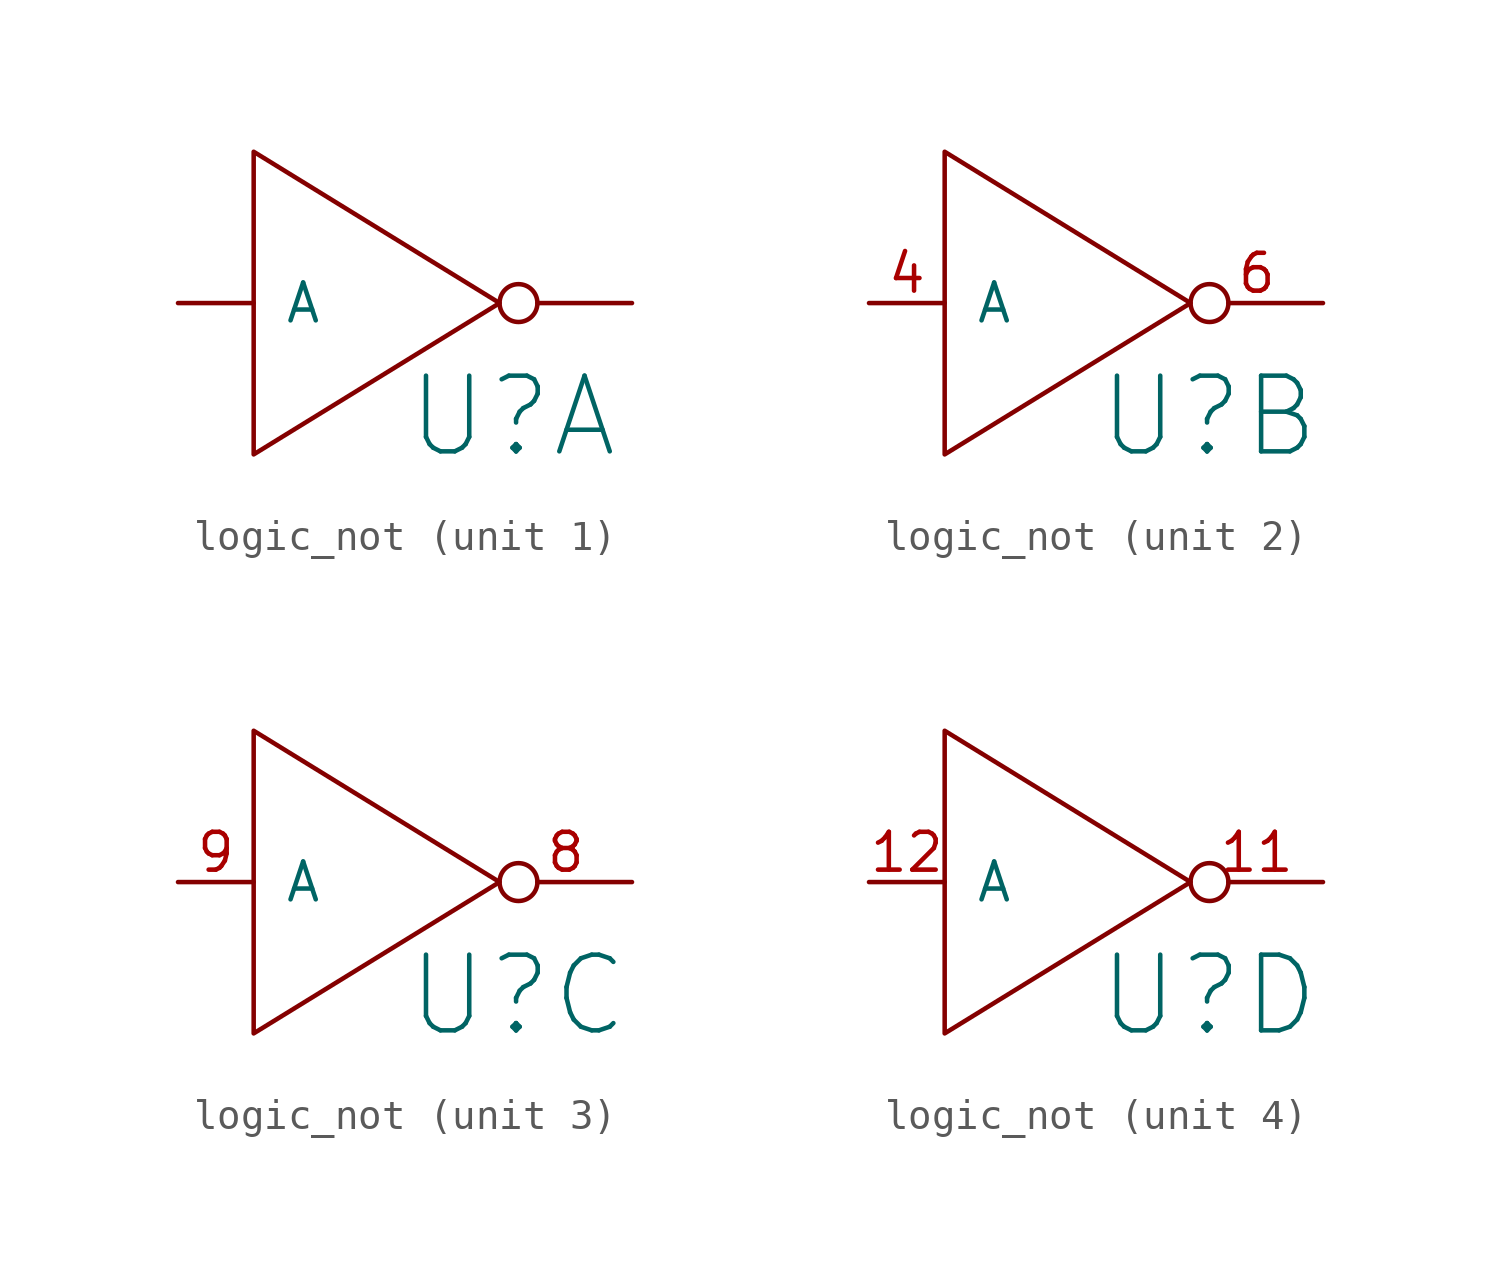
<source format=kicad_sym>
(kicad_symbol_lib
  (version 20220914)
  (generator kicad_symbol_editor)
  (symbol "logic_not"
    (pin_names
      (offset 1.016))
    (property "Reference" "U"
      (at 7.62 -6.35 0)
      (effects (font (size 2.54 2.54)) (justify left)))
    (symbol "logic_not_0_1"
      (polyline (pts (xy 2.54 2.54) (xy 10.795 -2.54) (xy 2.54 -7.62) (xy 2.54 2.54)) (stroke (width 0) (type default)) (fill (type none))))
    (symbol "logic_not_1_1"
      (pin output inverted (at 15.24 -2.54 180) (length 4.445) (name "" (effects (font (size 1.27 1.27)))) (number "" (effects (font (size 1.27 1.27)))))
      (pin input line (at 0 -2.54 0) (length 2.54) (name "A" (effects (font (size 1.27 1.27)))) (number "" (effects (font (size 1.27 1.27))))))
    (symbol "logic_not_2_1"
      (pin input line (at 0 -2.54 0) (length 2.54) (name "A" (effects (font (size 1.27 1.27)))) (number "4" (effects (font (size 1.27 1.27)))))
      (pin output inverted (at 15.24 -2.54 180) (length 4.445) (name "" (effects (font (size 1.27 1.27)))) (number "6" (effects (font (size 1.27 1.27))))))
    (symbol "logic_not_3_1"
      (pin output inverted (at 15.24 -2.54 180) (length 4.445) (name "" (effects (font (size 1.27 1.27)))) (number "8" (effects (font (size 1.27 1.27)))))
      (pin input line (at 0 -2.54 0) (length 2.54) (name "A" (effects (font (size 1.27 1.27)))) (number "9" (effects (font (size 1.27 1.27))))))
    (symbol "logic_not_4_1"
      (pin output inverted (at 15.24 -2.54 180) (length 4.445) (name "" (effects (font (size 1.27 1.27)))) (number "11" (effects (font (size 1.27 1.27)))))
      (pin input line (at 0 -2.54 0) (length 2.54) (name "A" (effects (font (size 1.27 1.27)))) (number "12" (effects (font (size 1.27 1.27))))))))
</source>
